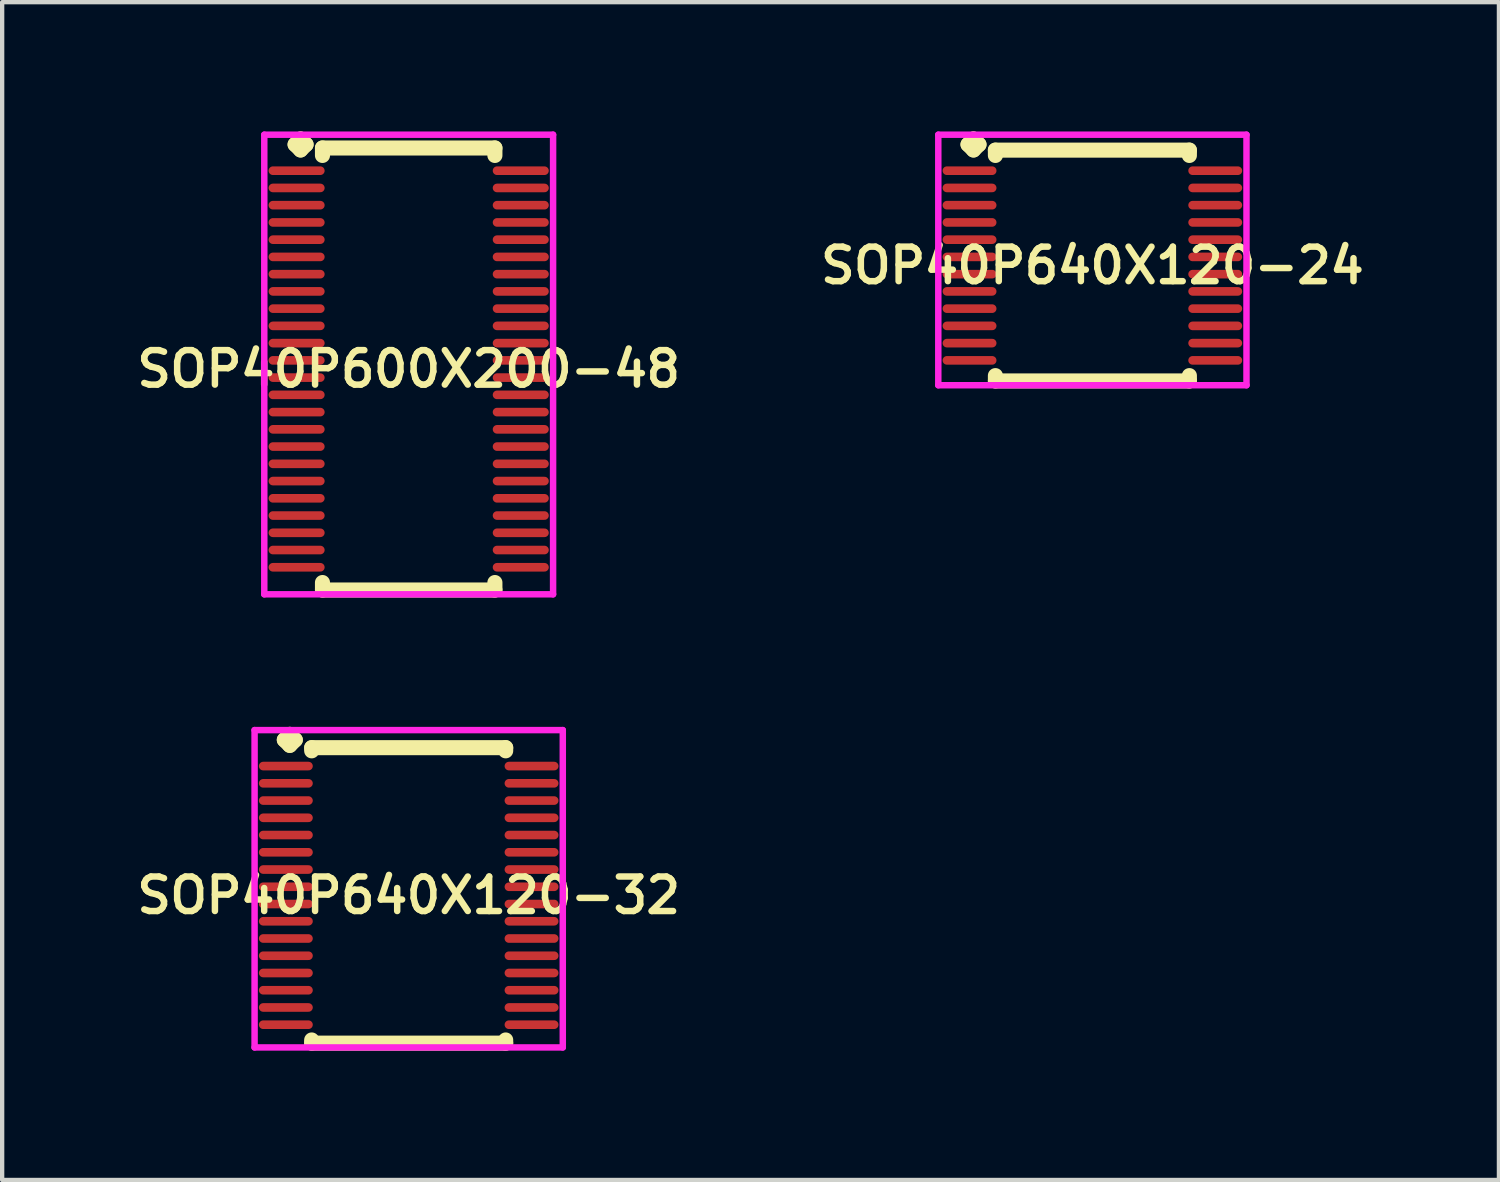
<source format=kicad_pcb>
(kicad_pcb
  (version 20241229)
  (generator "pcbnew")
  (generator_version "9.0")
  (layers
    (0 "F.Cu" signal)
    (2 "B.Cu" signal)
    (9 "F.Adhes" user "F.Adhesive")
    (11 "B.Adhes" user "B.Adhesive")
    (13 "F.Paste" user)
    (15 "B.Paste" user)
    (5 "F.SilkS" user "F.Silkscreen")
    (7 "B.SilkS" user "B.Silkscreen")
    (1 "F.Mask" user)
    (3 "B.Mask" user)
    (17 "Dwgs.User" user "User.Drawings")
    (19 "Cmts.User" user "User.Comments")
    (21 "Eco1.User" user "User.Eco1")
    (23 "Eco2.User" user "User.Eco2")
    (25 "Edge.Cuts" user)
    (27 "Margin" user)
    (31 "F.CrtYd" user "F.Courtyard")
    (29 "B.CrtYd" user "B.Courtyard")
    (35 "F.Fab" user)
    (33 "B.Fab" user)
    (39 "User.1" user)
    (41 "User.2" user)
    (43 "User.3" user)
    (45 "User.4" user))
  (footprint "SOP40P600X200-48"
    (layer "F.Cu")
    (at 6.431 5.51)
    (property "Reference" "SOP40P600X200-48" (at 0 0 0) (layer "F.SilkS") (effects (font (size 0.8 0.8) (thickness 0.15))))
    (attr through_hole)
    (fp_line (start -2.635 -5.208) (end -2.508 -5.335) (stroke (width 0.35) (type solid)) (layer "F.SilkS"))
    (fp_line (start -2.508 -5.335) (end -2.381 -5.208) (stroke (width 0.35) (type solid)) (layer "F.SilkS"))
    (fp_line (start -2.508 -5.081) (end -2.635 -5.208) (stroke (width 0.35) (type solid)) (layer "F.SilkS"))
    (fp_line (start -2.381 -5.208) (end -2.508 -5.081) (stroke (width 0.35) (type solid)) (layer "F.SilkS"))
    (fp_line (start -2 -5.127) (end 2 -5.127) (stroke (width 0.35) (type solid)) (layer "F.SilkS"))
    (fp_line (start -2 -4.954) (end -2 -5.127) (stroke (width 0.35) (type solid)) (layer "F.SilkS"))
    (fp_line (start -2 4.954) (end -2 5.127) (stroke (width 0.35) (type solid)) (layer "F.SilkS"))
    (fp_line (start -2 5.127) (end 2 5.127) (stroke (width 0.35) (type solid)) (layer "F.SilkS"))
    (fp_line (start 2 -5.127) (end 2 -4.954) (stroke (width 0.35) (type solid)) (layer "F.SilkS"))
    (fp_line (start 2 5.127) (end 2 4.954) (stroke (width 0.35) (type solid)) (layer "F.SilkS"))
    (fp_line (start -3.35 -5.435) (end 3.35 -5.435) (stroke (width 0.15) (type solid)) (layer "F.CrtYd"))
    (fp_line (start -3.35 5.227) (end -3.35 -5.435) (stroke (width 0.15) (type solid)) (layer "F.CrtYd"))
    (fp_line (start 3.35 -5.435) (end 3.35 5.227) (stroke (width 0.15) (type solid)) (layer "F.CrtYd"))
    (fp_line (start 3.35 5.227) (end -3.35 5.227) (stroke (width 0.15) (type solid)) (layer "F.CrtYd"))
    (pad "1" smd oval (at -2.6 -4.6) (size 1.3 0.2) (layers "F.Cu" "F.Mask" "F.Paste"))
    (pad "2" smd oval (at -2.6 -4.2) (size 1.3 0.2) (layers "F.Cu" "F.Mask" "F.Paste"))
    (pad "3" smd oval (at -2.6 -3.8) (size 1.3 0.2) (layers "F.Cu" "F.Mask" "F.Paste"))
    (pad "4" smd oval (at -2.6 -3.4) (size 1.3 0.2) (layers "F.Cu" "F.Mask" "F.Paste"))
    (pad "5" smd oval (at -2.6 -3) (size 1.3 0.2) (layers "F.Cu" "F.Mask" "F.Paste"))
    (pad "6" smd oval (at -2.6 -2.6) (size 1.3 0.2) (layers "F.Cu" "F.Mask" "F.Paste"))
    (pad "7" smd oval (at -2.6 -2.2) (size 1.3 0.2) (layers "F.Cu" "F.Mask" "F.Paste"))
    (pad "8" smd oval (at -2.6 -1.8) (size 1.3 0.2) (layers "F.Cu" "F.Mask" "F.Paste"))
    (pad "9" smd oval (at -2.6 -1.4) (size 1.3 0.2) (layers "F.Cu" "F.Mask" "F.Paste"))
    (pad "10" smd oval (at -2.6 -1) (size 1.3 0.2) (layers "F.Cu" "F.Mask" "F.Paste"))
    (pad "11" smd oval (at -2.6 -0.6) (size 1.3 0.2) (layers "F.Cu" "F.Mask" "F.Paste"))
    (pad "12" smd oval (at -2.6 -0.2) (size 1.3 0.2) (layers "F.Cu" "F.Mask" "F.Paste"))
    (pad "13" smd oval (at -2.6 0.2) (size 1.3 0.2) (layers "F.Cu" "F.Mask" "F.Paste"))
    (pad "14" smd oval (at -2.6 0.6) (size 1.3 0.2) (layers "F.Cu" "F.Mask" "F.Paste"))
    (pad "15" smd oval (at -2.6 1) (size 1.3 0.2) (layers "F.Cu" "F.Mask" "F.Paste"))
    (pad "16" smd oval (at -2.6 1.4) (size 1.3 0.2) (layers "F.Cu" "F.Mask" "F.Paste"))
    (pad "17" smd oval (at -2.6 1.8) (size 1.3 0.2) (layers "F.Cu" "F.Mask" "F.Paste"))
    (pad "18" smd oval (at -2.6 2.2) (size 1.3 0.2) (layers "F.Cu" "F.Mask" "F.Paste"))
    (pad "19" smd oval (at -2.6 2.6) (size 1.3 0.2) (layers "F.Cu" "F.Mask" "F.Paste"))
    (pad "20" smd oval (at -2.6 3) (size 1.3 0.2) (layers "F.Cu" "F.Mask" "F.Paste"))
    (pad "21" smd oval (at -2.6 3.4) (size 1.3 0.2) (layers "F.Cu" "F.Mask" "F.Paste"))
    (pad "22" smd oval (at -2.6 3.8) (size 1.3 0.2) (layers "F.Cu" "F.Mask" "F.Paste"))
    (pad "23" smd oval (at -2.6 4.2) (size 1.3 0.2) (layers "F.Cu" "F.Mask" "F.Paste"))
    (pad "24" smd oval (at -2.6 4.6) (size 1.3 0.2) (layers "F.Cu" "F.Mask" "F.Paste"))
    (pad "25" smd oval (at 2.6 4.6) (size 1.3 0.2) (layers "F.Cu" "F.Mask" "F.Paste"))
    (pad "26" smd oval (at 2.6 4.2) (size 1.3 0.2) (layers "F.Cu" "F.Mask" "F.Paste"))
    (pad "27" smd oval (at 2.6 3.8) (size 1.3 0.2) (layers "F.Cu" "F.Mask" "F.Paste"))
    (pad "28" smd oval (at 2.6 3.4) (size 1.3 0.2) (layers "F.Cu" "F.Mask" "F.Paste"))
    (pad "29" smd oval (at 2.6 3) (size 1.3 0.2) (layers "F.Cu" "F.Mask" "F.Paste"))
    (pad "30" smd oval (at 2.6 2.6) (size 1.3 0.2) (layers "F.Cu" "F.Mask" "F.Paste"))
    (pad "31" smd oval (at 2.6 2.2) (size 1.3 0.2) (layers "F.Cu" "F.Mask" "F.Paste"))
    (pad "32" smd oval (at 2.6 1.8) (size 1.3 0.2) (layers "F.Cu" "F.Mask" "F.Paste"))
    (pad "33" smd oval (at 2.6 1.4) (size 1.3 0.2) (layers "F.Cu" "F.Mask" "F.Paste"))
    (pad "34" smd oval (at 2.6 1) (size 1.3 0.2) (layers "F.Cu" "F.Mask" "F.Paste"))
    (pad "35" smd oval (at 2.6 0.6) (size 1.3 0.2) (layers "F.Cu" "F.Mask" "F.Paste"))
    (pad "36" smd oval (at 2.6 0.2) (size 1.3 0.2) (layers "F.Cu" "F.Mask" "F.Paste"))
    (pad "37" smd oval (at 2.6 -0.2) (size 1.3 0.2) (layers "F.Cu" "F.Mask" "F.Paste"))
    (pad "38" smd oval (at 2.6 -0.6) (size 1.3 0.2) (layers "F.Cu" "F.Mask" "F.Paste"))
    (pad "39" smd oval (at 2.6 -1) (size 1.3 0.2) (layers "F.Cu" "F.Mask" "F.Paste"))
    (pad "40" smd oval (at 2.6 -1.4) (size 1.3 0.2) (layers "F.Cu" "F.Mask" "F.Paste"))
    (pad "41" smd oval (at 2.6 -1.8) (size 1.3 0.2) (layers "F.Cu" "F.Mask" "F.Paste"))
    (pad "42" smd oval (at 2.6 -2.2) (size 1.3 0.2) (layers "F.Cu" "F.Mask" "F.Paste"))
    (pad "43" smd oval (at 2.6 -2.6) (size 1.3 0.2) (layers "F.Cu" "F.Mask" "F.Paste"))
    (pad "44" smd oval (at 2.6 -3) (size 1.3 0.2) (layers "F.Cu" "F.Mask" "F.Paste"))
    (pad "45" smd oval (at 2.6 -3.4) (size 1.3 0.2) (layers "F.Cu" "F.Mask" "F.Paste"))
    (pad "46" smd oval (at 2.6 -3.8) (size 1.3 0.2) (layers "F.Cu" "F.Mask" "F.Paste"))
    (pad "47" smd oval (at 2.6 -4.2) (size 1.3 0.2) (layers "F.Cu" "F.Mask" "F.Paste"))
    (pad "48" smd oval (at 2.6 -4.6) (size 1.3 0.2) (layers "F.Cu" "F.Mask" "F.Paste")))
  (footprint "SOP40P640X120-24"
    (layer "F.Cu")
    (at 22.292 3.11)
    (property "Reference" "SOP40P640X120-24" (at 0 0 0) (layer "F.SilkS") (effects (font (size 0.8 0.8) (thickness 0.15))))
    (attr through_hole)
    (fp_line (start -2.885 -2.808) (end -2.758 -2.935) (stroke (width 0.35) (type solid)) (layer "F.SilkS"))
    (fp_line (start -2.758 -2.935) (end -2.631 -2.808) (stroke (width 0.35) (type solid)) (layer "F.SilkS"))
    (fp_line (start -2.758 -2.681) (end -2.885 -2.808) (stroke (width 0.35) (type solid)) (layer "F.SilkS"))
    (fp_line (start -2.631 -2.808) (end -2.758 -2.681) (stroke (width 0.35) (type solid)) (layer "F.SilkS"))
    (fp_line (start -2.25 -2.677) (end 2.25 -2.677) (stroke (width 0.35) (type solid)) (layer "F.SilkS"))
    (fp_line (start -2.25 -2.554) (end -2.25 -2.677) (stroke (width 0.35) (type solid)) (layer "F.SilkS"))
    (fp_line (start -2.25 2.554) (end -2.25 2.677) (stroke (width 0.35) (type solid)) (layer "F.SilkS"))
    (fp_line (start -2.25 2.677) (end 2.25 2.677) (stroke (width 0.35) (type solid)) (layer "F.SilkS"))
    (fp_line (start 2.25 -2.677) (end 2.25 -2.554) (stroke (width 0.35) (type solid)) (layer "F.SilkS"))
    (fp_line (start 2.25 2.677) (end 2.25 2.554) (stroke (width 0.35) (type solid)) (layer "F.SilkS"))
    (fp_line (start -3.575 -3.035) (end 3.575 -3.035) (stroke (width 0.15) (type solid)) (layer "F.CrtYd"))
    (fp_line (start -3.575 2.777) (end -3.575 -3.035) (stroke (width 0.15) (type solid)) (layer "F.CrtYd"))
    (fp_line (start 3.575 -3.035) (end 3.575 2.777) (stroke (width 0.15) (type solid)) (layer "F.CrtYd"))
    (fp_line (start 3.575 2.777) (end -3.575 2.777) (stroke (width 0.15) (type solid)) (layer "F.CrtYd"))
    (pad "1" smd oval (at -2.85 -2.2) (size 1.25 0.2) (layers "F.Cu" "F.Mask" "F.Paste"))
    (pad "2" smd oval (at -2.85 -1.8) (size 1.25 0.2) (layers "F.Cu" "F.Mask" "F.Paste"))
    (pad "3" smd oval (at -2.85 -1.4) (size 1.25 0.2) (layers "F.Cu" "F.Mask" "F.Paste"))
    (pad "4" smd oval (at -2.85 -1) (size 1.25 0.2) (layers "F.Cu" "F.Mask" "F.Paste"))
    (pad "5" smd oval (at -2.85 -0.6) (size 1.25 0.2) (layers "F.Cu" "F.Mask" "F.Paste"))
    (pad "6" smd oval (at -2.85 -0.2) (size 1.25 0.2) (layers "F.Cu" "F.Mask" "F.Paste"))
    (pad "7" smd oval (at -2.85 0.2) (size 1.25 0.2) (layers "F.Cu" "F.Mask" "F.Paste"))
    (pad "8" smd oval (at -2.85 0.6) (size 1.25 0.2) (layers "F.Cu" "F.Mask" "F.Paste"))
    (pad "9" smd oval (at -2.85 1) (size 1.25 0.2) (layers "F.Cu" "F.Mask" "F.Paste"))
    (pad "10" smd oval (at -2.85 1.4) (size 1.25 0.2) (layers "F.Cu" "F.Mask" "F.Paste"))
    (pad "11" smd oval (at -2.85 1.8) (size 1.25 0.2) (layers "F.Cu" "F.Mask" "F.Paste"))
    (pad "12" smd oval (at -2.85 2.2) (size 1.25 0.2) (layers "F.Cu" "F.Mask" "F.Paste"))
    (pad "13" smd oval (at 2.85 2.2) (size 1.25 0.2) (layers "F.Cu" "F.Mask" "F.Paste"))
    (pad "14" smd oval (at 2.85 1.8) (size 1.25 0.2) (layers "F.Cu" "F.Mask" "F.Paste"))
    (pad "15" smd oval (at 2.85 1.4) (size 1.25 0.2) (layers "F.Cu" "F.Mask" "F.Paste"))
    (pad "16" smd oval (at 2.85 1) (size 1.25 0.2) (layers "F.Cu" "F.Mask" "F.Paste"))
    (pad "17" smd oval (at 2.85 0.6) (size 1.25 0.2) (layers "F.Cu" "F.Mask" "F.Paste"))
    (pad "18" smd oval (at 2.85 0.2) (size 1.25 0.2) (layers "F.Cu" "F.Mask" "F.Paste"))
    (pad "19" smd oval (at 2.85 -0.2) (size 1.25 0.2) (layers "F.Cu" "F.Mask" "F.Paste"))
    (pad "20" smd oval (at 2.85 -0.6) (size 1.25 0.2) (layers "F.Cu" "F.Mask" "F.Paste"))
    (pad "21" smd oval (at 2.85 -1) (size 1.25 0.2) (layers "F.Cu" "F.Mask" "F.Paste"))
    (pad "22" smd oval (at 2.85 -1.4) (size 1.25 0.2) (layers "F.Cu" "F.Mask" "F.Paste"))
    (pad "23" smd oval (at 2.85 -1.8) (size 1.25 0.2) (layers "F.Cu" "F.Mask" "F.Paste"))
    (pad "24" smd oval (at 2.85 -2.2) (size 1.25 0.2) (layers "F.Cu" "F.Mask" "F.Paste")))
  (footprint "SOP40P640X120-32"
    (layer "F.Cu")
    (at 6.431 17.722)
    (property "Reference" "SOP40P640X120-32" (at 0 0 0) (layer "F.SilkS") (effects (font (size 0.8 0.8) (thickness 0.15))))
    (attr smd)
    (fp_line (start -2.885 -3.608) (end -2.758 -3.735) (stroke (width 0.35) (type solid)) (layer "F.SilkS"))
    (fp_line (start -2.758 -3.735) (end -2.631 -3.608) (stroke (width 0.35) (type solid)) (layer "F.SilkS"))
    (fp_line (start -2.758 -3.481) (end -2.885 -3.608) (stroke (width 0.35) (type solid)) (layer "F.SilkS"))
    (fp_line (start -2.631 -3.608) (end -2.758 -3.481) (stroke (width 0.35) (type solid)) (layer "F.SilkS"))
    (fp_line (start -2.25 -3.427) (end 2.25 -3.427) (stroke (width 0.35) (type solid)) (layer "F.SilkS"))
    (fp_line (start -2.25 -3.354) (end -2.25 -3.427) (stroke (width 0.35) (type solid)) (layer "F.SilkS"))
    (fp_line (start -2.25 3.354) (end -2.25 3.427) (stroke (width 0.35) (type solid)) (layer "F.SilkS"))
    (fp_line (start -2.25 3.427) (end 2.25 3.427) (stroke (width 0.35) (type solid)) (layer "F.SilkS"))
    (fp_line (start 2.25 -3.427) (end 2.25 -3.354) (stroke (width 0.35) (type solid)) (layer "F.SilkS"))
    (fp_line (start 2.25 3.427) (end 2.25 3.354) (stroke (width 0.35) (type solid)) (layer "F.SilkS"))
    (fp_line (start -3.575 -3.835) (end 3.575 -3.835) (stroke (width 0.15) (type solid)) (layer "F.CrtYd"))
    (fp_line (start -3.575 3.527) (end -3.575 -3.835) (stroke (width 0.15) (type solid)) (layer "F.CrtYd"))
    (fp_line (start 3.575 -3.835) (end 3.575 3.527) (stroke (width 0.15) (type solid)) (layer "F.CrtYd"))
    (fp_line (start 3.575 3.527) (end -3.575 3.527) (stroke (width 0.15) (type solid)) (layer "F.CrtYd"))
    (pad "1" smd oval (at -2.85 -3) (size 1.25 0.2) (layers "F.Cu" "F.Mask" "F.Paste"))
    (pad "2" smd oval (at -2.85 -2.6) (size 1.25 0.2) (layers "F.Cu" "F.Mask" "F.Paste"))
    (pad "3" smd oval (at -2.85 -2.2) (size 1.25 0.2) (layers "F.Cu" "F.Mask" "F.Paste"))
    (pad "4" smd oval (at -2.85 -1.8) (size 1.25 0.2) (layers "F.Cu" "F.Mask" "F.Paste"))
    (pad "5" smd oval (at -2.85 -1.4) (size 1.25 0.2) (layers "F.Cu" "F.Mask" "F.Paste"))
    (pad "6" smd oval (at -2.85 -1) (size 1.25 0.2) (layers "F.Cu" "F.Mask" "F.Paste"))
    (pad "7" smd oval (at -2.85 -0.6) (size 1.25 0.2) (layers "F.Cu" "F.Mask" "F.Paste"))
    (pad "8" smd oval (at -2.85 -0.2) (size 1.25 0.2) (layers "F.Cu" "F.Mask" "F.Paste"))
    (pad "9" smd oval (at -2.85 0.2) (size 1.25 0.2) (layers "F.Cu" "F.Mask" "F.Paste"))
    (pad "10" smd oval (at -2.85 0.6) (size 1.25 0.2) (layers "F.Cu" "F.Mask" "F.Paste"))
    (pad "11" smd oval (at -2.85 1) (size 1.25 0.2) (layers "F.Cu" "F.Mask" "F.Paste"))
    (pad "12" smd oval (at -2.85 1.4) (size 1.25 0.2) (layers "F.Cu" "F.Mask" "F.Paste"))
    (pad "13" smd oval (at -2.85 1.8) (size 1.25 0.2) (layers "F.Cu" "F.Mask" "F.Paste"))
    (pad "14" smd oval (at -2.85 2.2) (size 1.25 0.2) (layers "F.Cu" "F.Mask" "F.Paste"))
    (pad "15" smd oval (at -2.85 2.6) (size 1.25 0.2) (layers "F.Cu" "F.Mask" "F.Paste"))
    (pad "16" smd oval (at -2.85 3) (size 1.25 0.2) (layers "F.Cu" "F.Mask" "F.Paste"))
    (pad "17" smd oval (at 2.85 3) (size 1.25 0.2) (layers "F.Cu" "F.Mask" "F.Paste"))
    (pad "18" smd oval (at 2.85 2.6) (size 1.25 0.2) (layers "F.Cu" "F.Mask" "F.Paste"))
    (pad "19" smd oval (at 2.85 2.2) (size 1.25 0.2) (layers "F.Cu" "F.Mask" "F.Paste"))
    (pad "20" smd oval (at 2.85 1.8) (size 1.25 0.2) (layers "F.Cu" "F.Mask" "F.Paste"))
    (pad "21" smd oval (at 2.85 1.4) (size 1.25 0.2) (layers "F.Cu" "F.Mask" "F.Paste"))
    (pad "22" smd oval (at 2.85 1) (size 1.25 0.2) (layers "F.Cu" "F.Mask" "F.Paste"))
    (pad "23" smd oval (at 2.85 0.6) (size 1.25 0.2) (layers "F.Cu" "F.Mask" "F.Paste"))
    (pad "24" smd oval (at 2.85 0.2) (size 1.25 0.2) (layers "F.Cu" "F.Mask" "F.Paste"))
    (pad "25" smd oval (at 2.85 -0.2) (size 1.25 0.2) (layers "F.Cu" "F.Mask" "F.Paste"))
    (pad "26" smd oval (at 2.85 -0.6) (size 1.25 0.2) (layers "F.Cu" "F.Mask" "F.Paste"))
    (pad "27" smd oval (at 2.85 -1) (size 1.25 0.2) (layers "F.Cu" "F.Mask" "F.Paste"))
    (pad "28" smd oval (at 2.85 -1.4) (size 1.25 0.2) (layers "F.Cu" "F.Mask" "F.Paste"))
    (pad "29" smd oval (at 2.85 -1.8) (size 1.25 0.2) (layers "F.Cu" "F.Mask" "F.Paste"))
    (pad "30" smd oval (at 2.85 -2.2) (size 1.25 0.2) (layers "F.Cu" "F.Mask" "F.Paste"))
    (pad "31" smd oval (at 2.85 -2.6) (size 1.25 0.2) (layers "F.Cu" "F.Mask" "F.Paste"))
    (pad "32" smd oval (at 2.85 -3) (size 1.25 0.2) (layers "F.Cu" "F.Mask" "F.Paste")))
  (gr_rect
    (start -3 -3)
    (end 31.723 24.324)
    (stroke (width 0.1) (type default))
    (fill no)
    (layer "Edge.Cuts")))
</source>
